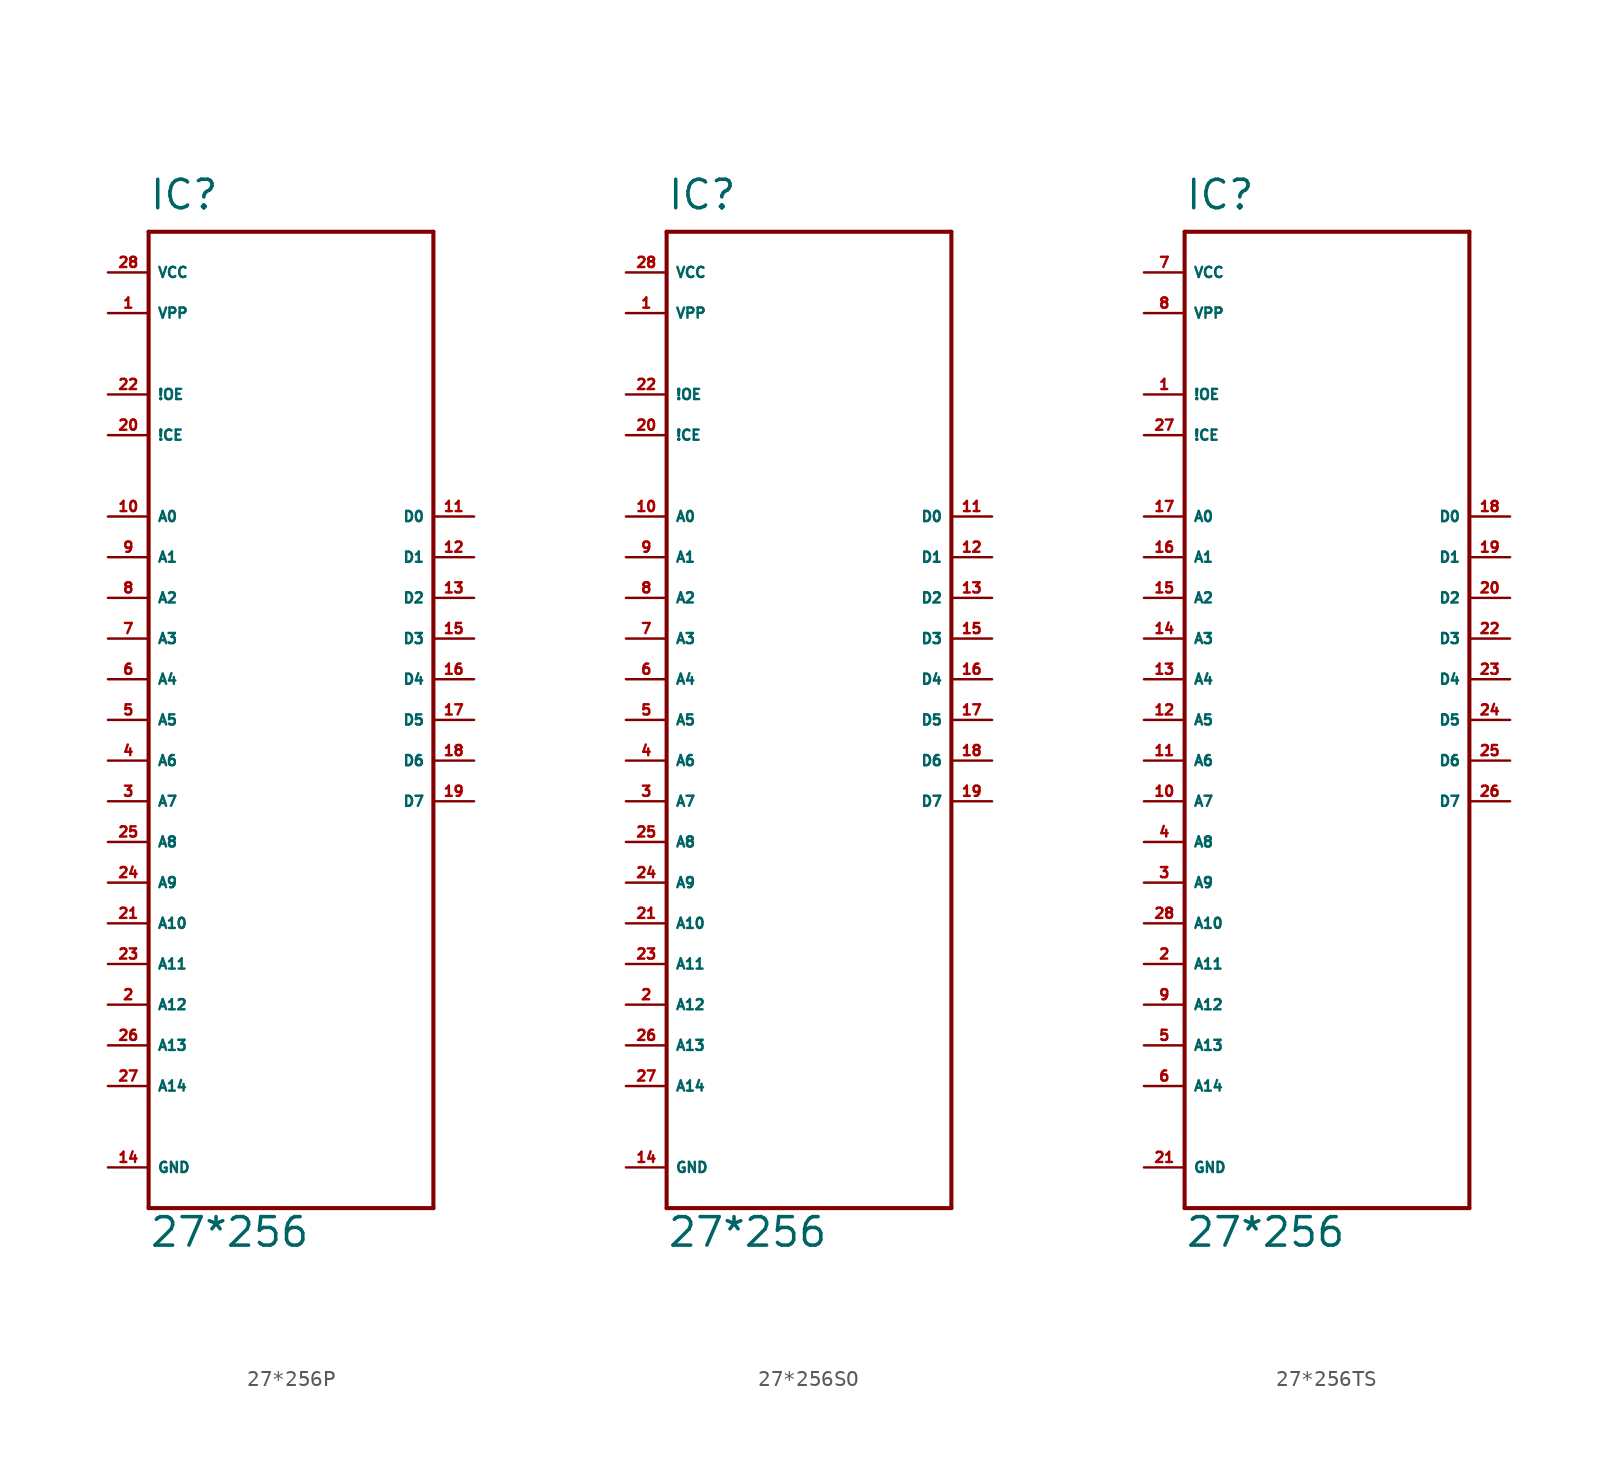
<source format=kicad_sym>
(kicad_symbol_lib
  (version 20220914)
  (generator Eagle2Kicad)
  (symbol "27*256P"
    (property "Reference" "IC"
      (at -7.62 31.75 0)
      (effects (font (size 1.778 1.778) (thickness 0.22)) (justify left bottom)))
    (property "Value" "27*256"
      (at -7.62 -33.02 0)
      (effects (font (size 1.778 1.778) (thickness 0.22)) (justify left bottom)))
    (polyline
      (pts (xy -7.62 30.48) (xy 10.16 30.48))
      (stroke (width 0.254) (type default))
      (fill (type none)))
    (polyline
      (pts (xy 10.16 30.48) (xy 10.16 -30.48))
      (stroke (width 0.254) (type default))
      (fill (type none)))
    (polyline
      (pts (xy 10.16 -30.48) (xy -7.62 -30.48))
      (stroke (width 0.254) (type default))
      (fill (type none)))
    (polyline
      (pts (xy -7.62 -30.48) (xy -7.62 30.48))
      (stroke (width 0.254) (type default))
      (fill (type none)))
    (pin input line
      (at -10.16 12.7 0)
      (length 2.54)
      (name "A0" (effects (font (size 0.635 0.635) (thickness 0.08)) (justify left bottom)))
      (number "10" (effects (font (size 0.635 0.635) (thickness 0.08)) (justify left bottom))))
    (pin input line
      (at -10.16 10.16 0)
      (length 2.54)
      (name "A1" (effects (font (size 0.635 0.635) (thickness 0.08)) (justify left bottom)))
      (number "9" (effects (font (size 0.635 0.635) (thickness 0.08)) (justify left bottom))))
    (pin input line
      (at -10.16 7.62 0)
      (length 2.54)
      (name "A2" (effects (font (size 0.635 0.635) (thickness 0.08)) (justify left bottom)))
      (number "8" (effects (font (size 0.635 0.635) (thickness 0.08)) (justify left bottom))))
    (pin input line
      (at -10.16 5.08 0)
      (length 2.54)
      (name "A3" (effects (font (size 0.635 0.635) (thickness 0.08)) (justify left bottom)))
      (number "7" (effects (font (size 0.635 0.635) (thickness 0.08)) (justify left bottom))))
    (pin input line
      (at -10.16 2.54 0)
      (length 2.54)
      (name "A4" (effects (font (size 0.635 0.635) (thickness 0.08)) (justify left bottom)))
      (number "6" (effects (font (size 0.635 0.635) (thickness 0.08)) (justify left bottom))))
    (pin input line
      (at -10.16 0 0)
      (length 2.54)
      (name "A5" (effects (font (size 0.635 0.635) (thickness 0.08)) (justify left bottom)))
      (number "5" (effects (font (size 0.635 0.635) (thickness 0.08)) (justify left bottom))))
    (pin input line
      (at -10.16 -2.54 0)
      (length 2.54)
      (name "A6" (effects (font (size 0.635 0.635) (thickness 0.08)) (justify left bottom)))
      (number "4" (effects (font (size 0.635 0.635) (thickness 0.08)) (justify left bottom))))
    (pin input line
      (at -10.16 -5.08 0)
      (length 2.54)
      (name "A7" (effects (font (size 0.635 0.635) (thickness 0.08)) (justify left bottom)))
      (number "3" (effects (font (size 0.635 0.635) (thickness 0.08)) (justify left bottom))))
    (pin input line
      (at -10.16 -7.62 0)
      (length 2.54)
      (name "A8" (effects (font (size 0.635 0.635) (thickness 0.08)) (justify left bottom)))
      (number "25" (effects (font (size 0.635 0.635) (thickness 0.08)) (justify left bottom))))
    (pin input line
      (at -10.16 17.78 0)
      (length 2.54)
      (name "!CE" (effects (font (size 0.635 0.635) (thickness 0.08)) (justify left bottom)))
      (number "20" (effects (font (size 0.635 0.635) (thickness 0.08)) (justify left bottom))))
    (pin input line
      (at -10.16 20.32 0)
      (length 2.54)
      (name "!OE" (effects (font (size 0.635 0.635) (thickness 0.08)) (justify left bottom)))
      (number "22" (effects (font (size 0.635 0.635) (thickness 0.08)) (justify left bottom))))
    (pin tri_state line
      (at 12.7 12.7 180)
      (length 2.54)
      (name "D0" (effects (font (size 0.635 0.635) (thickness 0.08)) (justify left bottom)))
      (number "11" (effects (font (size 0.635 0.635) (thickness 0.08)) (justify left bottom))))
    (pin tri_state line
      (at 12.7 10.16 180)
      (length 2.54)
      (name "D1" (effects (font (size 0.635 0.635) (thickness 0.08)) (justify left bottom)))
      (number "12" (effects (font (size 0.635 0.635) (thickness 0.08)) (justify left bottom))))
    (pin tri_state line
      (at 12.7 7.62 180)
      (length 2.54)
      (name "D2" (effects (font (size 0.635 0.635) (thickness 0.08)) (justify left bottom)))
      (number "13" (effects (font (size 0.635 0.635) (thickness 0.08)) (justify left bottom))))
    (pin tri_state line
      (at 12.7 5.08 180)
      (length 2.54)
      (name "D3" (effects (font (size 0.635 0.635) (thickness 0.08)) (justify left bottom)))
      (number "15" (effects (font (size 0.635 0.635) (thickness 0.08)) (justify left bottom))))
    (pin tri_state line
      (at 12.7 2.54 180)
      (length 2.54)
      (name "D4" (effects (font (size 0.635 0.635) (thickness 0.08)) (justify left bottom)))
      (number "16" (effects (font (size 0.635 0.635) (thickness 0.08)) (justify left bottom))))
    (pin tri_state line
      (at 12.7 0 180)
      (length 2.54)
      (name "D5" (effects (font (size 0.635 0.635) (thickness 0.08)) (justify left bottom)))
      (number "17" (effects (font (size 0.635 0.635) (thickness 0.08)) (justify left bottom))))
    (pin tri_state line
      (at 12.7 -2.54 180)
      (length 2.54)
      (name "D6" (effects (font (size 0.635 0.635) (thickness 0.08)) (justify left bottom)))
      (number "18" (effects (font (size 0.635 0.635) (thickness 0.08)) (justify left bottom))))
    (pin tri_state line
      (at 12.7 -5.08 180)
      (length 2.54)
      (name "D7" (effects (font (size 0.635 0.635) (thickness 0.08)) (justify left bottom)))
      (number "19" (effects (font (size 0.635 0.635) (thickness 0.08)) (justify left bottom))))
    (pin unspecified line
      (at -10.16 27.94 0)
      (length 2.54)
      (name "VCC" (effects (font (size 0.635 0.635) (thickness 0.08)) (justify left bottom)))
      (number "28" (effects (font (size 0.635 0.635) (thickness 0.08)) (justify left bottom))))
    (pin unspecified line
      (at -10.16 -27.94 0)
      (length 2.54)
      (name "GND" (effects (font (size 0.635 0.635) (thickness 0.08)) (justify left bottom)))
      (number "14" (effects (font (size 0.635 0.635) (thickness 0.08)) (justify left bottom))))
    (pin input line
      (at -10.16 -10.16 0)
      (length 2.54)
      (name "A9" (effects (font (size 0.635 0.635) (thickness 0.08)) (justify left bottom)))
      (number "24" (effects (font (size 0.635 0.635) (thickness 0.08)) (justify left bottom))))
    (pin input line
      (at -10.16 -12.7 0)
      (length 2.54)
      (name "A10" (effects (font (size 0.635 0.635) (thickness 0.08)) (justify left bottom)))
      (number "21" (effects (font (size 0.635 0.635) (thickness 0.08)) (justify left bottom))))
    (pin input line
      (at -10.16 -22.86 0)
      (length 2.54)
      (name "A14" (effects (font (size 0.635 0.635) (thickness 0.08)) (justify left bottom)))
      (number "27" (effects (font (size 0.635 0.635) (thickness 0.08)) (justify left bottom))))
    (pin input line
      (at -10.16 -15.24 0)
      (length 2.54)
      (name "A11" (effects (font (size 0.635 0.635) (thickness 0.08)) (justify left bottom)))
      (number "23" (effects (font (size 0.635 0.635) (thickness 0.08)) (justify left bottom))))
    (pin input line
      (at -10.16 -17.78 0)
      (length 2.54)
      (name "A12" (effects (font (size 0.635 0.635) (thickness 0.08)) (justify left bottom)))
      (number "2" (effects (font (size 0.635 0.635) (thickness 0.08)) (justify left bottom))))
    (pin input line
      (at -10.16 25.4 0)
      (length 2.54)
      (name "VPP" (effects (font (size 0.635 0.635) (thickness 0.08)) (justify left bottom)))
      (number "1" (effects (font (size 0.635 0.635) (thickness 0.08)) (justify left bottom))))
    (pin input line
      (at -10.16 -20.32 0)
      (length 2.54)
      (name "A13" (effects (font (size 0.635 0.635) (thickness 0.08)) (justify left bottom)))
      (number "26" (effects (font (size 0.635 0.635) (thickness 0.08)) (justify left bottom)))))
  (symbol "27*256SO"
    (property "Reference" "IC"
      (at -7.62 31.75 0)
      (effects (font (size 1.778 1.778) (thickness 0.22)) (justify left bottom)))
    (property "Value" "27*256"
      (at -7.62 -33.02 0)
      (effects (font (size 1.778 1.778) (thickness 0.22)) (justify left bottom)))
    (polyline
      (pts (xy -7.62 30.48) (xy 10.16 30.48))
      (stroke (width 0.254) (type default))
      (fill (type none)))
    (polyline
      (pts (xy 10.16 30.48) (xy 10.16 -30.48))
      (stroke (width 0.254) (type default))
      (fill (type none)))
    (polyline
      (pts (xy 10.16 -30.48) (xy -7.62 -30.48))
      (stroke (width 0.254) (type default))
      (fill (type none)))
    (polyline
      (pts (xy -7.62 -30.48) (xy -7.62 30.48))
      (stroke (width 0.254) (type default))
      (fill (type none)))
    (pin input line
      (at -10.16 12.7 0)
      (length 2.54)
      (name "A0" (effects (font (size 0.635 0.635) (thickness 0.08)) (justify left bottom)))
      (number "10" (effects (font (size 0.635 0.635) (thickness 0.08)) (justify left bottom))))
    (pin input line
      (at -10.16 10.16 0)
      (length 2.54)
      (name "A1" (effects (font (size 0.635 0.635) (thickness 0.08)) (justify left bottom)))
      (number "9" (effects (font (size 0.635 0.635) (thickness 0.08)) (justify left bottom))))
    (pin input line
      (at -10.16 7.62 0)
      (length 2.54)
      (name "A2" (effects (font (size 0.635 0.635) (thickness 0.08)) (justify left bottom)))
      (number "8" (effects (font (size 0.635 0.635) (thickness 0.08)) (justify left bottom))))
    (pin input line
      (at -10.16 5.08 0)
      (length 2.54)
      (name "A3" (effects (font (size 0.635 0.635) (thickness 0.08)) (justify left bottom)))
      (number "7" (effects (font (size 0.635 0.635) (thickness 0.08)) (justify left bottom))))
    (pin input line
      (at -10.16 2.54 0)
      (length 2.54)
      (name "A4" (effects (font (size 0.635 0.635) (thickness 0.08)) (justify left bottom)))
      (number "6" (effects (font (size 0.635 0.635) (thickness 0.08)) (justify left bottom))))
    (pin input line
      (at -10.16 0 0)
      (length 2.54)
      (name "A5" (effects (font (size 0.635 0.635) (thickness 0.08)) (justify left bottom)))
      (number "5" (effects (font (size 0.635 0.635) (thickness 0.08)) (justify left bottom))))
    (pin input line
      (at -10.16 -2.54 0)
      (length 2.54)
      (name "A6" (effects (font (size 0.635 0.635) (thickness 0.08)) (justify left bottom)))
      (number "4" (effects (font (size 0.635 0.635) (thickness 0.08)) (justify left bottom))))
    (pin input line
      (at -10.16 -5.08 0)
      (length 2.54)
      (name "A7" (effects (font (size 0.635 0.635) (thickness 0.08)) (justify left bottom)))
      (number "3" (effects (font (size 0.635 0.635) (thickness 0.08)) (justify left bottom))))
    (pin input line
      (at -10.16 -7.62 0)
      (length 2.54)
      (name "A8" (effects (font (size 0.635 0.635) (thickness 0.08)) (justify left bottom)))
      (number "25" (effects (font (size 0.635 0.635) (thickness 0.08)) (justify left bottom))))
    (pin input line
      (at -10.16 17.78 0)
      (length 2.54)
      (name "!CE" (effects (font (size 0.635 0.635) (thickness 0.08)) (justify left bottom)))
      (number "20" (effects (font (size 0.635 0.635) (thickness 0.08)) (justify left bottom))))
    (pin input line
      (at -10.16 20.32 0)
      (length 2.54)
      (name "!OE" (effects (font (size 0.635 0.635) (thickness 0.08)) (justify left bottom)))
      (number "22" (effects (font (size 0.635 0.635) (thickness 0.08)) (justify left bottom))))
    (pin tri_state line
      (at 12.7 12.7 180)
      (length 2.54)
      (name "D0" (effects (font (size 0.635 0.635) (thickness 0.08)) (justify left bottom)))
      (number "11" (effects (font (size 0.635 0.635) (thickness 0.08)) (justify left bottom))))
    (pin tri_state line
      (at 12.7 10.16 180)
      (length 2.54)
      (name "D1" (effects (font (size 0.635 0.635) (thickness 0.08)) (justify left bottom)))
      (number "12" (effects (font (size 0.635 0.635) (thickness 0.08)) (justify left bottom))))
    (pin tri_state line
      (at 12.7 7.62 180)
      (length 2.54)
      (name "D2" (effects (font (size 0.635 0.635) (thickness 0.08)) (justify left bottom)))
      (number "13" (effects (font (size 0.635 0.635) (thickness 0.08)) (justify left bottom))))
    (pin tri_state line
      (at 12.7 5.08 180)
      (length 2.54)
      (name "D3" (effects (font (size 0.635 0.635) (thickness 0.08)) (justify left bottom)))
      (number "15" (effects (font (size 0.635 0.635) (thickness 0.08)) (justify left bottom))))
    (pin tri_state line
      (at 12.7 2.54 180)
      (length 2.54)
      (name "D4" (effects (font (size 0.635 0.635) (thickness 0.08)) (justify left bottom)))
      (number "16" (effects (font (size 0.635 0.635) (thickness 0.08)) (justify left bottom))))
    (pin tri_state line
      (at 12.7 0 180)
      (length 2.54)
      (name "D5" (effects (font (size 0.635 0.635) (thickness 0.08)) (justify left bottom)))
      (number "17" (effects (font (size 0.635 0.635) (thickness 0.08)) (justify left bottom))))
    (pin tri_state line
      (at 12.7 -2.54 180)
      (length 2.54)
      (name "D6" (effects (font (size 0.635 0.635) (thickness 0.08)) (justify left bottom)))
      (number "18" (effects (font (size 0.635 0.635) (thickness 0.08)) (justify left bottom))))
    (pin tri_state line
      (at 12.7 -5.08 180)
      (length 2.54)
      (name "D7" (effects (font (size 0.635 0.635) (thickness 0.08)) (justify left bottom)))
      (number "19" (effects (font (size 0.635 0.635) (thickness 0.08)) (justify left bottom))))
    (pin unspecified line
      (at -10.16 27.94 0)
      (length 2.54)
      (name "VCC" (effects (font (size 0.635 0.635) (thickness 0.08)) (justify left bottom)))
      (number "28" (effects (font (size 0.635 0.635) (thickness 0.08)) (justify left bottom))))
    (pin unspecified line
      (at -10.16 -27.94 0)
      (length 2.54)
      (name "GND" (effects (font (size 0.635 0.635) (thickness 0.08)) (justify left bottom)))
      (number "14" (effects (font (size 0.635 0.635) (thickness 0.08)) (justify left bottom))))
    (pin input line
      (at -10.16 -10.16 0)
      (length 2.54)
      (name "A9" (effects (font (size 0.635 0.635) (thickness 0.08)) (justify left bottom)))
      (number "24" (effects (font (size 0.635 0.635) (thickness 0.08)) (justify left bottom))))
    (pin input line
      (at -10.16 -12.7 0)
      (length 2.54)
      (name "A10" (effects (font (size 0.635 0.635) (thickness 0.08)) (justify left bottom)))
      (number "21" (effects (font (size 0.635 0.635) (thickness 0.08)) (justify left bottom))))
    (pin input line
      (at -10.16 -22.86 0)
      (length 2.54)
      (name "A14" (effects (font (size 0.635 0.635) (thickness 0.08)) (justify left bottom)))
      (number "27" (effects (font (size 0.635 0.635) (thickness 0.08)) (justify left bottom))))
    (pin input line
      (at -10.16 -15.24 0)
      (length 2.54)
      (name "A11" (effects (font (size 0.635 0.635) (thickness 0.08)) (justify left bottom)))
      (number "23" (effects (font (size 0.635 0.635) (thickness 0.08)) (justify left bottom))))
    (pin input line
      (at -10.16 -17.78 0)
      (length 2.54)
      (name "A12" (effects (font (size 0.635 0.635) (thickness 0.08)) (justify left bottom)))
      (number "2" (effects (font (size 0.635 0.635) (thickness 0.08)) (justify left bottom))))
    (pin input line
      (at -10.16 25.4 0)
      (length 2.54)
      (name "VPP" (effects (font (size 0.635 0.635) (thickness 0.08)) (justify left bottom)))
      (number "1" (effects (font (size 0.635 0.635) (thickness 0.08)) (justify left bottom))))
    (pin input line
      (at -10.16 -20.32 0)
      (length 2.54)
      (name "A13" (effects (font (size 0.635 0.635) (thickness 0.08)) (justify left bottom)))
      (number "26" (effects (font (size 0.635 0.635) (thickness 0.08)) (justify left bottom)))))
  (symbol "27*256TS"
    (property "Reference" "IC"
      (at -7.62 31.75 0)
      (effects (font (size 1.778 1.778) (thickness 0.22)) (justify left bottom)))
    (property "Value" "27*256"
      (at -7.62 -33.02 0)
      (effects (font (size 1.778 1.778) (thickness 0.22)) (justify left bottom)))
    (polyline
      (pts (xy -7.62 30.48) (xy 10.16 30.48))
      (stroke (width 0.254) (type default))
      (fill (type none)))
    (polyline
      (pts (xy 10.16 30.48) (xy 10.16 -30.48))
      (stroke (width 0.254) (type default))
      (fill (type none)))
    (polyline
      (pts (xy 10.16 -30.48) (xy -7.62 -30.48))
      (stroke (width 0.254) (type default))
      (fill (type none)))
    (polyline
      (pts (xy -7.62 -30.48) (xy -7.62 30.48))
      (stroke (width 0.254) (type default))
      (fill (type none)))
    (pin input line
      (at -10.16 12.7 0)
      (length 2.54)
      (name "A0" (effects (font (size 0.635 0.635) (thickness 0.08)) (justify left bottom)))
      (number "17" (effects (font (size 0.635 0.635) (thickness 0.08)) (justify left bottom))))
    (pin input line
      (at -10.16 10.16 0)
      (length 2.54)
      (name "A1" (effects (font (size 0.635 0.635) (thickness 0.08)) (justify left bottom)))
      (number "16" (effects (font (size 0.635 0.635) (thickness 0.08)) (justify left bottom))))
    (pin input line
      (at -10.16 7.62 0)
      (length 2.54)
      (name "A2" (effects (font (size 0.635 0.635) (thickness 0.08)) (justify left bottom)))
      (number "15" (effects (font (size 0.635 0.635) (thickness 0.08)) (justify left bottom))))
    (pin input line
      (at -10.16 5.08 0)
      (length 2.54)
      (name "A3" (effects (font (size 0.635 0.635) (thickness 0.08)) (justify left bottom)))
      (number "14" (effects (font (size 0.635 0.635) (thickness 0.08)) (justify left bottom))))
    (pin input line
      (at -10.16 2.54 0)
      (length 2.54)
      (name "A4" (effects (font (size 0.635 0.635) (thickness 0.08)) (justify left bottom)))
      (number "13" (effects (font (size 0.635 0.635) (thickness 0.08)) (justify left bottom))))
    (pin input line
      (at -10.16 0 0)
      (length 2.54)
      (name "A5" (effects (font (size 0.635 0.635) (thickness 0.08)) (justify left bottom)))
      (number "12" (effects (font (size 0.635 0.635) (thickness 0.08)) (justify left bottom))))
    (pin input line
      (at -10.16 -2.54 0)
      (length 2.54)
      (name "A6" (effects (font (size 0.635 0.635) (thickness 0.08)) (justify left bottom)))
      (number "11" (effects (font (size 0.635 0.635) (thickness 0.08)) (justify left bottom))))
    (pin input line
      (at -10.16 -5.08 0)
      (length 2.54)
      (name "A7" (effects (font (size 0.635 0.635) (thickness 0.08)) (justify left bottom)))
      (number "10" (effects (font (size 0.635 0.635) (thickness 0.08)) (justify left bottom))))
    (pin input line
      (at -10.16 -7.62 0)
      (length 2.54)
      (name "A8" (effects (font (size 0.635 0.635) (thickness 0.08)) (justify left bottom)))
      (number "4" (effects (font (size 0.635 0.635) (thickness 0.08)) (justify left bottom))))
    (pin input line
      (at -10.16 17.78 0)
      (length 2.54)
      (name "!CE" (effects (font (size 0.635 0.635) (thickness 0.08)) (justify left bottom)))
      (number "27" (effects (font (size 0.635 0.635) (thickness 0.08)) (justify left bottom))))
    (pin input line
      (at -10.16 20.32 0)
      (length 2.54)
      (name "!OE" (effects (font (size 0.635 0.635) (thickness 0.08)) (justify left bottom)))
      (number "1" (effects (font (size 0.635 0.635) (thickness 0.08)) (justify left bottom))))
    (pin tri_state line
      (at 12.7 12.7 180)
      (length 2.54)
      (name "D0" (effects (font (size 0.635 0.635) (thickness 0.08)) (justify left bottom)))
      (number "18" (effects (font (size 0.635 0.635) (thickness 0.08)) (justify left bottom))))
    (pin tri_state line
      (at 12.7 10.16 180)
      (length 2.54)
      (name "D1" (effects (font (size 0.635 0.635) (thickness 0.08)) (justify left bottom)))
      (number "19" (effects (font (size 0.635 0.635) (thickness 0.08)) (justify left bottom))))
    (pin tri_state line
      (at 12.7 7.62 180)
      (length 2.54)
      (name "D2" (effects (font (size 0.635 0.635) (thickness 0.08)) (justify left bottom)))
      (number "20" (effects (font (size 0.635 0.635) (thickness 0.08)) (justify left bottom))))
    (pin tri_state line
      (at 12.7 5.08 180)
      (length 2.54)
      (name "D3" (effects (font (size 0.635 0.635) (thickness 0.08)) (justify left bottom)))
      (number "22" (effects (font (size 0.635 0.635) (thickness 0.08)) (justify left bottom))))
    (pin tri_state line
      (at 12.7 2.54 180)
      (length 2.54)
      (name "D4" (effects (font (size 0.635 0.635) (thickness 0.08)) (justify left bottom)))
      (number "23" (effects (font (size 0.635 0.635) (thickness 0.08)) (justify left bottom))))
    (pin tri_state line
      (at 12.7 0 180)
      (length 2.54)
      (name "D5" (effects (font (size 0.635 0.635) (thickness 0.08)) (justify left bottom)))
      (number "24" (effects (font (size 0.635 0.635) (thickness 0.08)) (justify left bottom))))
    (pin tri_state line
      (at 12.7 -2.54 180)
      (length 2.54)
      (name "D6" (effects (font (size 0.635 0.635) (thickness 0.08)) (justify left bottom)))
      (number "25" (effects (font (size 0.635 0.635) (thickness 0.08)) (justify left bottom))))
    (pin tri_state line
      (at 12.7 -5.08 180)
      (length 2.54)
      (name "D7" (effects (font (size 0.635 0.635) (thickness 0.08)) (justify left bottom)))
      (number "26" (effects (font (size 0.635 0.635) (thickness 0.08)) (justify left bottom))))
    (pin unspecified line
      (at -10.16 27.94 0)
      (length 2.54)
      (name "VCC" (effects (font (size 0.635 0.635) (thickness 0.08)) (justify left bottom)))
      (number "7" (effects (font (size 0.635 0.635) (thickness 0.08)) (justify left bottom))))
    (pin unspecified line
      (at -10.16 -27.94 0)
      (length 2.54)
      (name "GND" (effects (font (size 0.635 0.635) (thickness 0.08)) (justify left bottom)))
      (number "21" (effects (font (size 0.635 0.635) (thickness 0.08)) (justify left bottom))))
    (pin input line
      (at -10.16 -10.16 0)
      (length 2.54)
      (name "A9" (effects (font (size 0.635 0.635) (thickness 0.08)) (justify left bottom)))
      (number "3" (effects (font (size 0.635 0.635) (thickness 0.08)) (justify left bottom))))
    (pin input line
      (at -10.16 -12.7 0)
      (length 2.54)
      (name "A10" (effects (font (size 0.635 0.635) (thickness 0.08)) (justify left bottom)))
      (number "28" (effects (font (size 0.635 0.635) (thickness 0.08)) (justify left bottom))))
    (pin input line
      (at -10.16 -22.86 0)
      (length 2.54)
      (name "A14" (effects (font (size 0.635 0.635) (thickness 0.08)) (justify left bottom)))
      (number "6" (effects (font (size 0.635 0.635) (thickness 0.08)) (justify left bottom))))
    (pin input line
      (at -10.16 -15.24 0)
      (length 2.54)
      (name "A11" (effects (font (size 0.635 0.635) (thickness 0.08)) (justify left bottom)))
      (number "2" (effects (font (size 0.635 0.635) (thickness 0.08)) (justify left bottom))))
    (pin input line
      (at -10.16 -17.78 0)
      (length 2.54)
      (name "A12" (effects (font (size 0.635 0.635) (thickness 0.08)) (justify left bottom)))
      (number "9" (effects (font (size 0.635 0.635) (thickness 0.08)) (justify left bottom))))
    (pin input line
      (at -10.16 25.4 0)
      (length 2.54)
      (name "VPP" (effects (font (size 0.635 0.635) (thickness 0.08)) (justify left bottom)))
      (number "8" (effects (font (size 0.635 0.635) (thickness 0.08)) (justify left bottom))))
    (pin input line
      (at -10.16 -20.32 0)
      (length 2.54)
      (name "A13" (effects (font (size 0.635 0.635) (thickness 0.08)) (justify left bottom)))
      (number "5" (effects (font (size 0.635 0.635) (thickness 0.08)) (justify left bottom))))))
</source>
